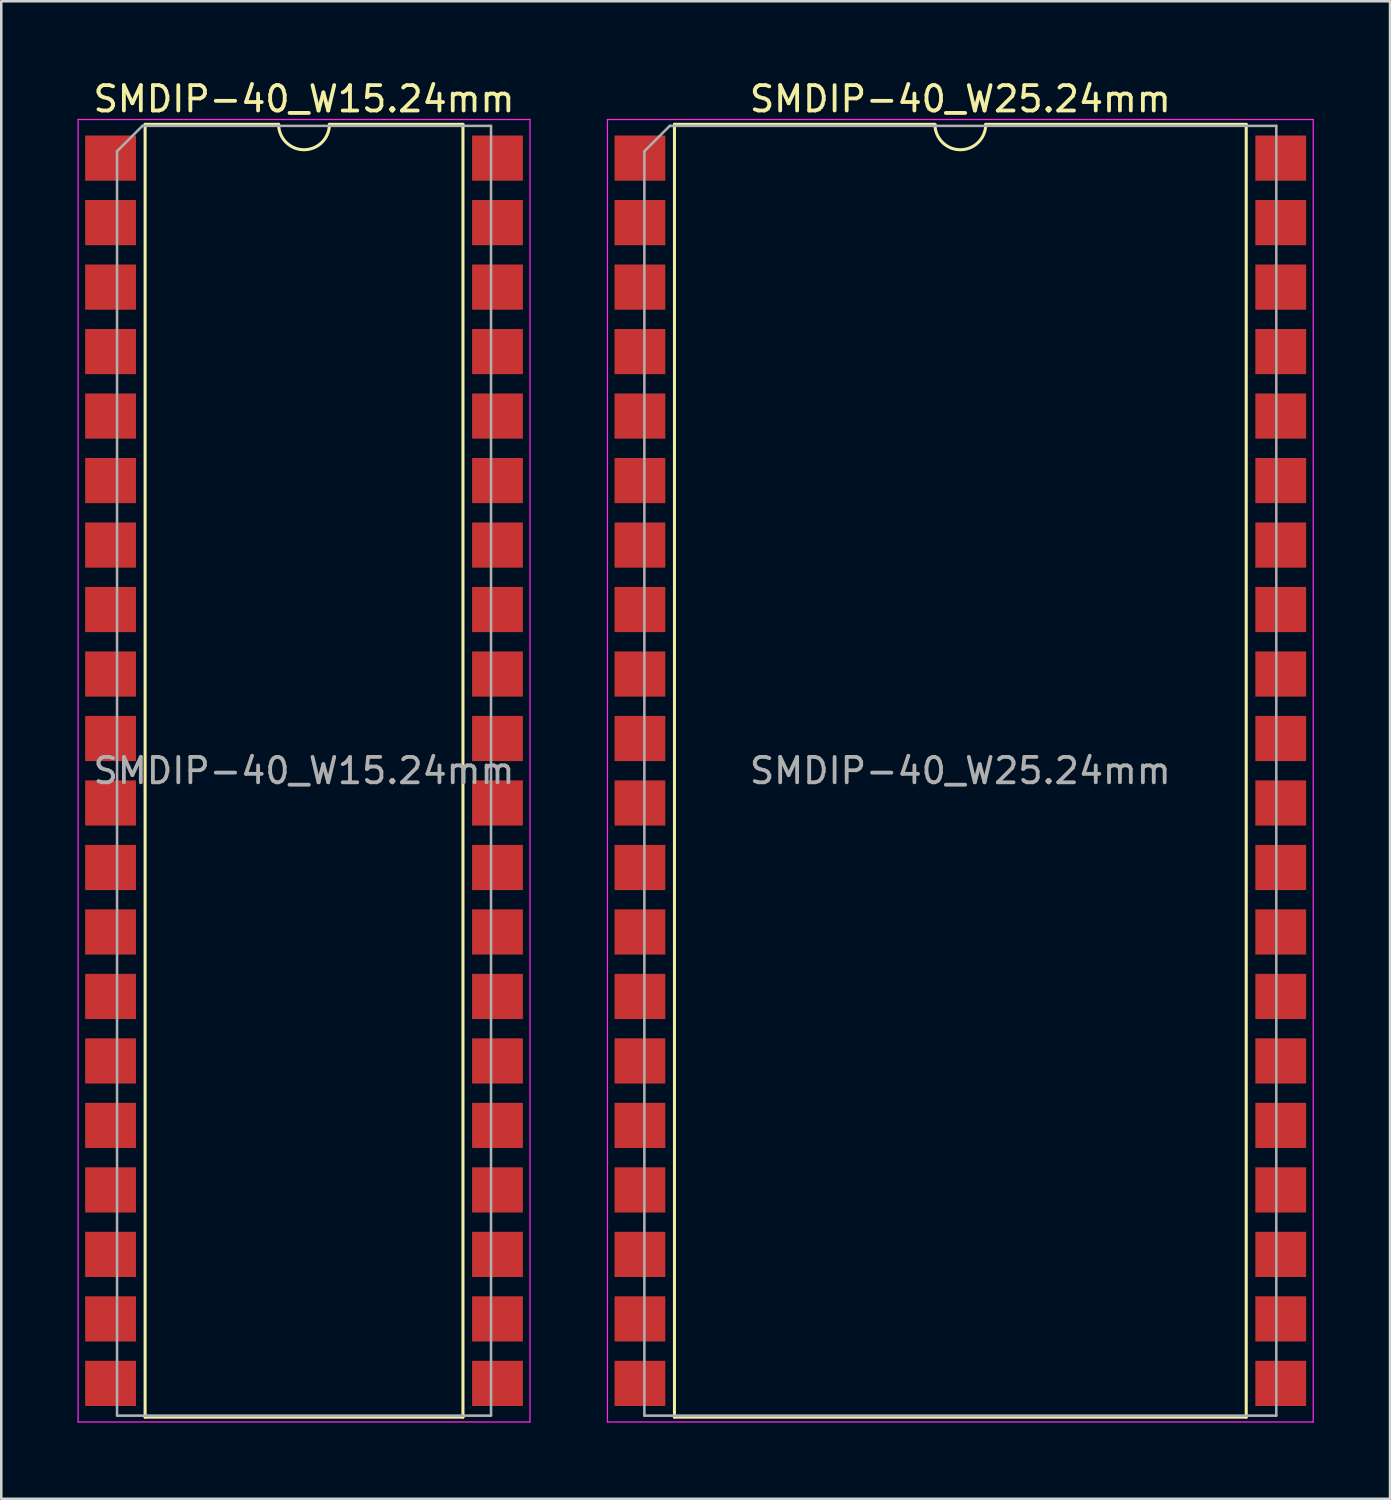
<source format=kicad_pcb>
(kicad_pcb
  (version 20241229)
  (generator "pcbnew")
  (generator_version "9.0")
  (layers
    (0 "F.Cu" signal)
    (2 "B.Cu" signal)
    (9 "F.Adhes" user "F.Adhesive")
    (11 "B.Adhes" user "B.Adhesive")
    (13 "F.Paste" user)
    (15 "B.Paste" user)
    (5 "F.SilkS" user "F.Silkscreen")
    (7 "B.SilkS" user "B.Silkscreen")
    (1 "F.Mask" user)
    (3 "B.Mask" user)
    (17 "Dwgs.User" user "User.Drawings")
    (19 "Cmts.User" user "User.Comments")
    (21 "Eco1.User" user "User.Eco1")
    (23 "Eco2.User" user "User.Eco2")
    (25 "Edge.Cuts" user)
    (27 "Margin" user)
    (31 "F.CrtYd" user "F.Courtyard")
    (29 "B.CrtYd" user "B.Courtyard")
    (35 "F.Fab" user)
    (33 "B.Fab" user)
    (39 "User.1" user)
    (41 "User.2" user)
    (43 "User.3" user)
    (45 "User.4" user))
  (footprint "SMDIP-40_W25.24mm"
    (layer "F.Cu")
    (at 34.775 27.308)
    (property "Reference" "SMDIP-40_W25.24mm" (at 0 -26.46 0) (layer "F.SilkS") (effects (font (size 1 1) (thickness 0.15))))
    (attr smd)
    (fp_line (start -11.26 -25.46) (end -11.26 25.46) (stroke (width 0.12) (type solid)) (layer "F.SilkS"))
    (fp_line (start -11.26 25.46) (end 11.26 25.46) (stroke (width 0.12) (type solid)) (layer "F.SilkS"))
    (fp_line (start -1 -25.46) (end -11.26 -25.46) (stroke (width 0.12) (type solid)) (layer "F.SilkS"))
    (fp_line (start 11.26 -25.46) (end 1 -25.46) (stroke (width 0.12) (type solid)) (layer "F.SilkS"))
    (fp_line (start 11.26 25.46) (end 11.26 -25.46) (stroke (width 0.12) (type solid)) (layer "F.SilkS"))
    (fp_arc (start 1 -25.46) (mid 0 -24.46) (end -1 -25.46) (stroke (width 0.12) (type solid)) (layer "F.SilkS"))
    (fp_line (start -13.9 -25.65) (end -13.9 25.65) (stroke (width 0.05) (type solid)) (layer "F.CrtYd"))
    (fp_line (start -13.9 25.65) (end 13.9 25.65) (stroke (width 0.05) (type solid)) (layer "F.CrtYd"))
    (fp_line (start 13.9 -25.65) (end -13.9 -25.65) (stroke (width 0.05) (type solid)) (layer "F.CrtYd"))
    (fp_line (start 13.9 25.65) (end 13.9 -25.65) (stroke (width 0.05) (type solid)) (layer "F.CrtYd"))
    (fp_line (start -12.445 -24.4) (end -11.445 -25.4) (stroke (width 0.1) (type solid)) (layer "F.Fab"))
    (fp_line (start -12.445 25.4) (end -12.445 -24.4) (stroke (width 0.1) (type solid)) (layer "F.Fab"))
    (fp_line (start -11.445 -25.4) (end 12.445 -25.4) (stroke (width 0.1) (type solid)) (layer "F.Fab"))
    (fp_line (start 12.445 -25.4) (end 12.445 25.4) (stroke (width 0.1) (type solid)) (layer "F.Fab"))
    (fp_line (start 12.445 25.4) (end -12.445 25.4) (stroke (width 0.1) (type solid)) (layer "F.Fab"))
    (fp_text user "${REFERENCE}" (at 0 0 0) (layer "F.Fab") (effects (font (size 1 1) (thickness 0.15))))
    (pad "1" smd rect (at -12.62 -24.13) (size 2 1.78) (layers "F.Cu" "F.Mask" "F.Paste"))
    (pad "2" smd rect (at -12.62 -21.59) (size 2 1.78) (layers "F.Cu" "F.Mask" "F.Paste"))
    (pad "3" smd rect (at -12.62 -19.05) (size 2 1.78) (layers "F.Cu" "F.Mask" "F.Paste"))
    (pad "4" smd rect (at -12.62 -16.51) (size 2 1.78) (layers "F.Cu" "F.Mask" "F.Paste"))
    (pad "5" smd rect (at -12.62 -13.97) (size 2 1.78) (layers "F.Cu" "F.Mask" "F.Paste"))
    (pad "6" smd rect (at -12.62 -11.43) (size 2 1.78) (layers "F.Cu" "F.Mask" "F.Paste"))
    (pad "7" smd rect (at -12.62 -8.89) (size 2 1.78) (layers "F.Cu" "F.Mask" "F.Paste"))
    (pad "8" smd rect (at -12.62 -6.35) (size 2 1.78) (layers "F.Cu" "F.Mask" "F.Paste"))
    (pad "9" smd rect (at -12.62 -3.81) (size 2 1.78) (layers "F.Cu" "F.Mask" "F.Paste"))
    (pad "10" smd rect (at -12.62 -1.27) (size 2 1.78) (layers "F.Cu" "F.Mask" "F.Paste"))
    (pad "11" smd rect (at -12.62 1.27) (size 2 1.78) (layers "F.Cu" "F.Mask" "F.Paste"))
    (pad "12" smd rect (at -12.62 3.81) (size 2 1.78) (layers "F.Cu" "F.Mask" "F.Paste"))
    (pad "13" smd rect (at -12.62 6.35) (size 2 1.78) (layers "F.Cu" "F.Mask" "F.Paste"))
    (pad "14" smd rect (at -12.62 8.89) (size 2 1.78) (layers "F.Cu" "F.Mask" "F.Paste"))
    (pad "15" smd rect (at -12.62 11.43) (size 2 1.78) (layers "F.Cu" "F.Mask" "F.Paste"))
    (pad "16" smd rect (at -12.62 13.97) (size 2 1.78) (layers "F.Cu" "F.Mask" "F.Paste"))
    (pad "17" smd rect (at -12.62 16.51) (size 2 1.78) (layers "F.Cu" "F.Mask" "F.Paste"))
    (pad "18" smd rect (at -12.62 19.05) (size 2 1.78) (layers "F.Cu" "F.Mask" "F.Paste"))
    (pad "19" smd rect (at -12.62 21.59) (size 2 1.78) (layers "F.Cu" "F.Mask" "F.Paste"))
    (pad "20" smd rect (at -12.62 24.13) (size 2 1.78) (layers "F.Cu" "F.Mask" "F.Paste"))
    (pad "21" smd rect (at 12.62 24.13) (size 2 1.78) (layers "F.Cu" "F.Mask" "F.Paste"))
    (pad "22" smd rect (at 12.62 21.59) (size 2 1.78) (layers "F.Cu" "F.Mask" "F.Paste"))
    (pad "23" smd rect (at 12.62 19.05) (size 2 1.78) (layers "F.Cu" "F.Mask" "F.Paste"))
    (pad "24" smd rect (at 12.62 16.51) (size 2 1.78) (layers "F.Cu" "F.Mask" "F.Paste"))
    (pad "25" smd rect (at 12.62 13.97) (size 2 1.78) (layers "F.Cu" "F.Mask" "F.Paste"))
    (pad "26" smd rect (at 12.62 11.43) (size 2 1.78) (layers "F.Cu" "F.Mask" "F.Paste"))
    (pad "27" smd rect (at 12.62 8.89) (size 2 1.78) (layers "F.Cu" "F.Mask" "F.Paste"))
    (pad "28" smd rect (at 12.62 6.35) (size 2 1.78) (layers "F.Cu" "F.Mask" "F.Paste"))
    (pad "29" smd rect (at 12.62 3.81) (size 2 1.78) (layers "F.Cu" "F.Mask" "F.Paste"))
    (pad "30" smd rect (at 12.62 1.27) (size 2 1.78) (layers "F.Cu" "F.Mask" "F.Paste"))
    (pad "31" smd rect (at 12.62 -1.27) (size 2 1.78) (layers "F.Cu" "F.Mask" "F.Paste"))
    (pad "32" smd rect (at 12.62 -3.81) (size 2 1.78) (layers "F.Cu" "F.Mask" "F.Paste"))
    (pad "33" smd rect (at 12.62 -6.35) (size 2 1.78) (layers "F.Cu" "F.Mask" "F.Paste"))
    (pad "34" smd rect (at 12.62 -8.89) (size 2 1.78) (layers "F.Cu" "F.Mask" "F.Paste"))
    (pad "35" smd rect (at 12.62 -11.43) (size 2 1.78) (layers "F.Cu" "F.Mask" "F.Paste"))
    (pad "36" smd rect (at 12.62 -13.97) (size 2 1.78) (layers "F.Cu" "F.Mask" "F.Paste"))
    (pad "37" smd rect (at 12.62 -16.51) (size 2 1.78) (layers "F.Cu" "F.Mask" "F.Paste"))
    (pad "38" smd rect (at 12.62 -19.05) (size 2 1.78) (layers "F.Cu" "F.Mask" "F.Paste"))
    (pad "39" smd rect (at 12.62 -21.59) (size 2 1.78) (layers "F.Cu" "F.Mask" "F.Paste"))
    (pad "40" smd rect (at 12.62 -24.13) (size 2 1.78) (layers "F.Cu" "F.Mask" "F.Paste")))
  (footprint "SMDIP-40_W15.24mm"
    (layer "F.Cu")
    (at 8.925 27.308)
    (property "Reference" "SMDIP-40_W15.24mm" (at 0 -26.46 0) (layer "F.SilkS") (effects (font (size 1 1) (thickness 0.15))))
    (attr smd)
    (fp_line (start -6.26 -25.46) (end -6.26 25.46) (stroke (width 0.12) (type solid)) (layer "F.SilkS"))
    (fp_line (start -6.26 25.46) (end 6.26 25.46) (stroke (width 0.12) (type solid)) (layer "F.SilkS"))
    (fp_line (start -1 -25.46) (end -6.26 -25.46) (stroke (width 0.12) (type solid)) (layer "F.SilkS"))
    (fp_line (start 6.26 -25.46) (end 1 -25.46) (stroke (width 0.12) (type solid)) (layer "F.SilkS"))
    (fp_line (start 6.26 25.46) (end 6.26 -25.46) (stroke (width 0.12) (type solid)) (layer "F.SilkS"))
    (fp_arc (start 1 -25.46) (mid 0 -24.46) (end -1 -25.46) (stroke (width 0.12) (type solid)) (layer "F.SilkS"))
    (fp_line (start -8.9 -25.65) (end -8.9 25.65) (stroke (width 0.05) (type solid)) (layer "F.CrtYd"))
    (fp_line (start -8.9 25.65) (end 8.9 25.65) (stroke (width 0.05) (type solid)) (layer "F.CrtYd"))
    (fp_line (start 8.9 -25.65) (end -8.9 -25.65) (stroke (width 0.05) (type solid)) (layer "F.CrtYd"))
    (fp_line (start 8.9 25.65) (end 8.9 -25.65) (stroke (width 0.05) (type solid)) (layer "F.CrtYd"))
    (fp_line (start -7.365 -24.4) (end -6.365 -25.4) (stroke (width 0.1) (type solid)) (layer "F.Fab"))
    (fp_line (start -7.365 25.4) (end -7.365 -24.4) (stroke (width 0.1) (type solid)) (layer "F.Fab"))
    (fp_line (start -6.365 -25.4) (end 7.365 -25.4) (stroke (width 0.1) (type solid)) (layer "F.Fab"))
    (fp_line (start 7.365 -25.4) (end 7.365 25.4) (stroke (width 0.1) (type solid)) (layer "F.Fab"))
    (fp_line (start 7.365 25.4) (end -7.365 25.4) (stroke (width 0.1) (type solid)) (layer "F.Fab"))
    (fp_text user "${REFERENCE}" (at 0 0 0) (layer "F.Fab") (effects (font (size 1 1) (thickness 0.15))))
    (pad "1" smd rect (at -7.62 -24.13) (size 2 1.78) (layers "F.Cu" "F.Mask" "F.Paste"))
    (pad "2" smd rect (at -7.62 -21.59) (size 2 1.78) (layers "F.Cu" "F.Mask" "F.Paste"))
    (pad "3" smd rect (at -7.62 -19.05) (size 2 1.78) (layers "F.Cu" "F.Mask" "F.Paste"))
    (pad "4" smd rect (at -7.62 -16.51) (size 2 1.78) (layers "F.Cu" "F.Mask" "F.Paste"))
    (pad "5" smd rect (at -7.62 -13.97) (size 2 1.78) (layers "F.Cu" "F.Mask" "F.Paste"))
    (pad "6" smd rect (at -7.62 -11.43) (size 2 1.78) (layers "F.Cu" "F.Mask" "F.Paste"))
    (pad "7" smd rect (at -7.62 -8.89) (size 2 1.78) (layers "F.Cu" "F.Mask" "F.Paste"))
    (pad "8" smd rect (at -7.62 -6.35) (size 2 1.78) (layers "F.Cu" "F.Mask" "F.Paste"))
    (pad "9" smd rect (at -7.62 -3.81) (size 2 1.78) (layers "F.Cu" "F.Mask" "F.Paste"))
    (pad "10" smd rect (at -7.62 -1.27) (size 2 1.78) (layers "F.Cu" "F.Mask" "F.Paste"))
    (pad "11" smd rect (at -7.62 1.27) (size 2 1.78) (layers "F.Cu" "F.Mask" "F.Paste"))
    (pad "12" smd rect (at -7.62 3.81) (size 2 1.78) (layers "F.Cu" "F.Mask" "F.Paste"))
    (pad "13" smd rect (at -7.62 6.35) (size 2 1.78) (layers "F.Cu" "F.Mask" "F.Paste"))
    (pad "14" smd rect (at -7.62 8.89) (size 2 1.78) (layers "F.Cu" "F.Mask" "F.Paste"))
    (pad "15" smd rect (at -7.62 11.43) (size 2 1.78) (layers "F.Cu" "F.Mask" "F.Paste"))
    (pad "16" smd rect (at -7.62 13.97) (size 2 1.78) (layers "F.Cu" "F.Mask" "F.Paste"))
    (pad "17" smd rect (at -7.62 16.51) (size 2 1.78) (layers "F.Cu" "F.Mask" "F.Paste"))
    (pad "18" smd rect (at -7.62 19.05) (size 2 1.78) (layers "F.Cu" "F.Mask" "F.Paste"))
    (pad "19" smd rect (at -7.62 21.59) (size 2 1.78) (layers "F.Cu" "F.Mask" "F.Paste"))
    (pad "20" smd rect (at -7.62 24.13) (size 2 1.78) (layers "F.Cu" "F.Mask" "F.Paste"))
    (pad "21" smd rect (at 7.62 24.13) (size 2 1.78) (layers "F.Cu" "F.Mask" "F.Paste"))
    (pad "22" smd rect (at 7.62 21.59) (size 2 1.78) (layers "F.Cu" "F.Mask" "F.Paste"))
    (pad "23" smd rect (at 7.62 19.05) (size 2 1.78) (layers "F.Cu" "F.Mask" "F.Paste"))
    (pad "24" smd rect (at 7.62 16.51) (size 2 1.78) (layers "F.Cu" "F.Mask" "F.Paste"))
    (pad "25" smd rect (at 7.62 13.97) (size 2 1.78) (layers "F.Cu" "F.Mask" "F.Paste"))
    (pad "26" smd rect (at 7.62 11.43) (size 2 1.78) (layers "F.Cu" "F.Mask" "F.Paste"))
    (pad "27" smd rect (at 7.62 8.89) (size 2 1.78) (layers "F.Cu" "F.Mask" "F.Paste"))
    (pad "28" smd rect (at 7.62 6.35) (size 2 1.78) (layers "F.Cu" "F.Mask" "F.Paste"))
    (pad "29" smd rect (at 7.62 3.81) (size 2 1.78) (layers "F.Cu" "F.Mask" "F.Paste"))
    (pad "30" smd rect (at 7.62 1.27) (size 2 1.78) (layers "F.Cu" "F.Mask" "F.Paste"))
    (pad "31" smd rect (at 7.62 -1.27) (size 2 1.78) (layers "F.Cu" "F.Mask" "F.Paste"))
    (pad "32" smd rect (at 7.62 -3.81) (size 2 1.78) (layers "F.Cu" "F.Mask" "F.Paste"))
    (pad "33" smd rect (at 7.62 -6.35) (size 2 1.78) (layers "F.Cu" "F.Mask" "F.Paste"))
    (pad "34" smd rect (at 7.62 -8.89) (size 2 1.78) (layers "F.Cu" "F.Mask" "F.Paste"))
    (pad "35" smd rect (at 7.62 -11.43) (size 2 1.78) (layers "F.Cu" "F.Mask" "F.Paste"))
    (pad "36" smd rect (at 7.62 -13.97) (size 2 1.78) (layers "F.Cu" "F.Mask" "F.Paste"))
    (pad "37" smd rect (at 7.62 -16.51) (size 2 1.78) (layers "F.Cu" "F.Mask" "F.Paste"))
    (pad "38" smd rect (at 7.62 -19.05) (size 2 1.78) (layers "F.Cu" "F.Mask" "F.Paste"))
    (pad "39" smd rect (at 7.62 -21.59) (size 2 1.78) (layers "F.Cu" "F.Mask" "F.Paste"))
    (pad "40" smd rect (at 7.62 -24.13) (size 2 1.78) (layers "F.Cu" "F.Mask" "F.Paste")))
  (gr_rect
    (start -3 -3)
    (end 51.7 55.983)
    (stroke (width 0.1) (type default))
    (fill no)
    (layer "Edge.Cuts")))
</source>
